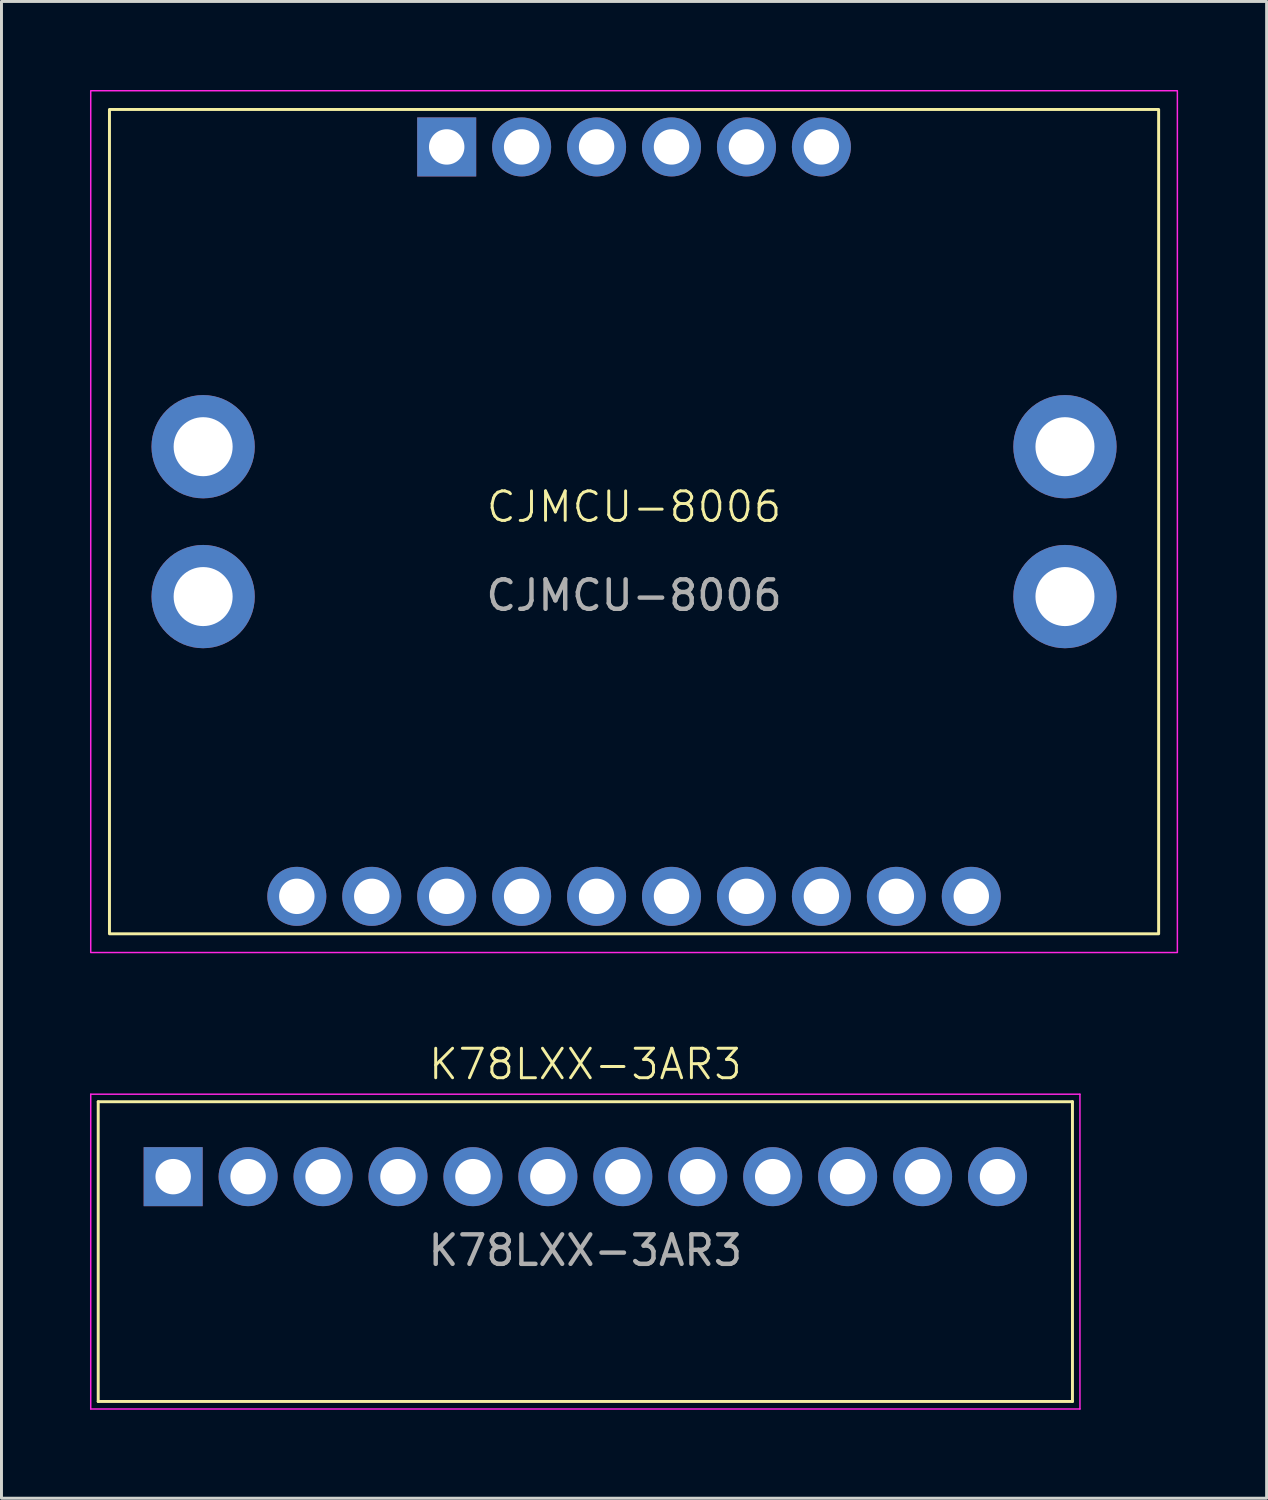
<source format=kicad_pcb>
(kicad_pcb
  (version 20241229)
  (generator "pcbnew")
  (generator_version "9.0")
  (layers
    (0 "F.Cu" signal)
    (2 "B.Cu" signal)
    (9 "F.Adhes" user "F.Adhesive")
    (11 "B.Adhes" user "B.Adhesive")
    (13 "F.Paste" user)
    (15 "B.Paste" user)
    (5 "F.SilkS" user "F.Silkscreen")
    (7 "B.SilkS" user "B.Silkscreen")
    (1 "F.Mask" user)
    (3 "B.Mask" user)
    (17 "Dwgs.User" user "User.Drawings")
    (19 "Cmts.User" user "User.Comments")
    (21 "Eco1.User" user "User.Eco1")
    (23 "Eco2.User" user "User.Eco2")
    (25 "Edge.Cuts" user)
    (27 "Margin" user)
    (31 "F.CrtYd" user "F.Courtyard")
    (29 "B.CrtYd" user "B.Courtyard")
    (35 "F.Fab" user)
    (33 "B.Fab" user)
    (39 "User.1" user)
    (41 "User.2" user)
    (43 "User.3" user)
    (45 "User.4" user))
  (footprint "K78LXX-3AR3"
    (layer "F.Cu")
    (at 16.789 36.831)
    (property "Reference" "K78LXX-3AR3" (at 0 -3.81 0) (unlocked yes) (layer "F.SilkS") (effects (font (size 1 1) (thickness 0.1))))
    (attr through_hole)
    (fp_line (start -16.51 -2.54) (end -16.51 7.62) (stroke (width 0.1) (type default)) (layer "F.SilkS"))
    (fp_line (start -16.51 7.62) (end 16.51 7.62) (stroke (width 0.1) (type default)) (layer "F.SilkS"))
    (fp_line (start 16.51 -2.54) (end -16.51 -2.54) (stroke (width 0.1) (type default)) (layer "F.SilkS"))
    (fp_line (start 16.51 7.62) (end 16.51 -2.54) (stroke (width 0.1) (type default)) (layer "F.SilkS"))
    (fp_line (start -16.764 -2.794) (end -16.764 7.874) (stroke (width 0.05) (type default)) (layer "F.CrtYd"))
    (fp_line (start -16.764 7.874) (end 16.764 7.874) (stroke (width 0.05) (type default)) (layer "F.CrtYd"))
    (fp_line (start 16.764 -2.794) (end -16.764 -2.794) (stroke (width 0.05) (type default)) (layer "F.CrtYd"))
    (fp_line (start 16.764 7.874) (end 16.764 -2.794) (stroke (width 0.05) (type default)) (layer "F.CrtYd"))
    (fp_text user "${REFERENCE}" (at 0 2.5 0) (unlocked yes) (layer "F.Fab") (effects (font (size 1 1) (thickness 0.15))))
    (pad "1" thru_hole rect (at -13.97 0) (size 2 2) (drill 1.2) (layers "*.Cu" "*.Mask"))
    (pad "2" thru_hole circle (at -11.43 0) (size 2 2) (drill 1.2) (layers "*.Cu" "*.Mask"))
    (pad "3" thru_hole circle (at -8.89 0) (size 2 2) (drill 1.2) (layers "*.Cu" "*.Mask"))
    (pad "4" thru_hole circle (at -6.35 0) (size 2 2) (drill 1.2) (layers "*.Cu" "*.Mask"))
    (pad "5" thru_hole circle (at -3.81 0) (size 2 2) (drill 1.2) (layers "*.Cu" "*.Mask"))
    (pad "6" thru_hole circle (at -1.27 0) (size 2 2) (drill 1.2) (layers "*.Cu" "*.Mask"))
    (pad "7" thru_hole circle (at 1.27 0) (size 2 2) (drill 1.2) (layers "*.Cu" "*.Mask"))
    (pad "8" thru_hole circle (at 3.81 0) (size 2 2) (drill 1.2) (layers "*.Cu" "*.Mask"))
    (pad "9" thru_hole circle (at 6.35 0) (size 2 2) (drill 1.2) (layers "*.Cu" "*.Mask"))
    (pad "10" thru_hole circle (at 8.89 0) (size 2 2) (drill 1.2) (layers "*.Cu" "*.Mask"))
    (pad "11" thru_hole circle (at 11.43 0) (size 2 2) (drill 1.2) (layers "*.Cu" "*.Mask"))
    (pad "12" thru_hole circle (at 13.97 0) (size 2 2) (drill 1.2) (layers "*.Cu" "*.Mask")))
  (footprint "CJMCU-8006"
    (layer "F.Cu")
    (at 18.44 14.63)
    (property "Reference" "CJMCU-8006" (at 0 -0.5 0) (unlocked yes) (layer "F.SilkS") (effects (font (size 1 1) (thickness 0.1))))
    (attr through_hole)
    (fp_rect (start -17.78 -13.97) (end 17.78 13.97) (stroke (width 0.1) (type default)) (fill no) (layer "F.SilkS"))
    (fp_rect (start -18.415 -14.605) (end 18.415 14.605) (stroke (width 0.05) (type default)) (fill no) (layer "F.CrtYd"))
    (fp_text user "${REFERENCE}" (at 0 2.5 0) (unlocked yes) (layer "F.Fab") (effects (font (size 1 1) (thickness 0.15))))
    (pad "1" thru_hole rect (at -6.35 -12.7) (size 2 2) (drill 1.2) (layers "*.Cu" "*.Mask"))
    (pad "2" thru_hole circle (at -3.81 -12.7) (size 2 2) (drill 1.2) (layers "*.Cu" "*.Mask"))
    (pad "3" thru_hole circle (at -1.27 -12.7) (size 2 2) (drill 1.2) (layers "*.Cu" "*.Mask"))
    (pad "4" thru_hole circle (at 1.27 -12.7) (size 2 2) (drill 1.2) (layers "*.Cu" "*.Mask"))
    (pad "5" thru_hole circle (at 3.81 -12.7) (size 2 2) (drill 1.2) (layers "*.Cu" "*.Mask"))
    (pad "6" thru_hole circle (at 6.35 -12.7) (size 2 2) (drill 1.2) (layers "*.Cu" "*.Mask"))
    (pad "7" thru_hole circle (at 11.43 12.7) (size 2 2) (drill 1.2) (layers "*.Cu" "*.Mask"))
    (pad "8" thru_hole circle (at 8.89 12.7) (size 2 2) (drill 1.2) (layers "*.Cu" "*.Mask"))
    (pad "9" thru_hole circle (at 6.35 12.7) (size 2 2) (drill 1.2) (layers "*.Cu" "*.Mask"))
    (pad "10" thru_hole circle (at 3.81 12.7) (size 2 2) (drill 1.2) (layers "*.Cu" "*.Mask"))
    (pad "11" thru_hole circle (at 1.27 12.7) (size 2 2) (drill 1.2) (layers "*.Cu" "*.Mask"))
    (pad "12" thru_hole circle (at -1.27 12.7) (size 2 2) (drill 1.2) (layers "*.Cu" "*.Mask"))
    (pad "13" thru_hole circle (at -3.81 12.7) (size 2 2) (drill 1.2) (layers "*.Cu" "*.Mask"))
    (pad "14" thru_hole circle (at -6.35 12.7) (size 2 2) (drill 1.2) (layers "*.Cu" "*.Mask"))
    (pad "15" thru_hole circle (at -8.89 12.7) (size 2 2) (drill 1.2) (layers "*.Cu" "*.Mask"))
    (pad "16" thru_hole circle (at -11.43 12.7) (size 2 2) (drill 1.2) (layers "*.Cu" "*.Mask"))
    (pad "17" thru_hole circle (at -14.605 -2.54) (size 3.5 3.5) (drill 2) (layers "*.Cu" "*.Mask"))
    (pad "18" thru_hole circle (at -14.605 2.54) (size 3.5 3.5) (drill 2) (layers "*.Cu" "*.Mask"))
    (pad "19" thru_hole circle (at 14.605 -2.54) (size 3.5 3.5) (drill 2) (layers "*.Cu" "*.Mask"))
    (pad "20" thru_hole circle (at 14.605 2.54) (size 3.5 3.5) (drill 2) (layers "*.Cu" "*.Mask")))
  (gr_rect
    (start -3 -3)
    (end 39.88 47.73)
    (stroke (width 0.1) (type default))
    (fill no)
    (layer "Edge.Cuts")))
</source>
